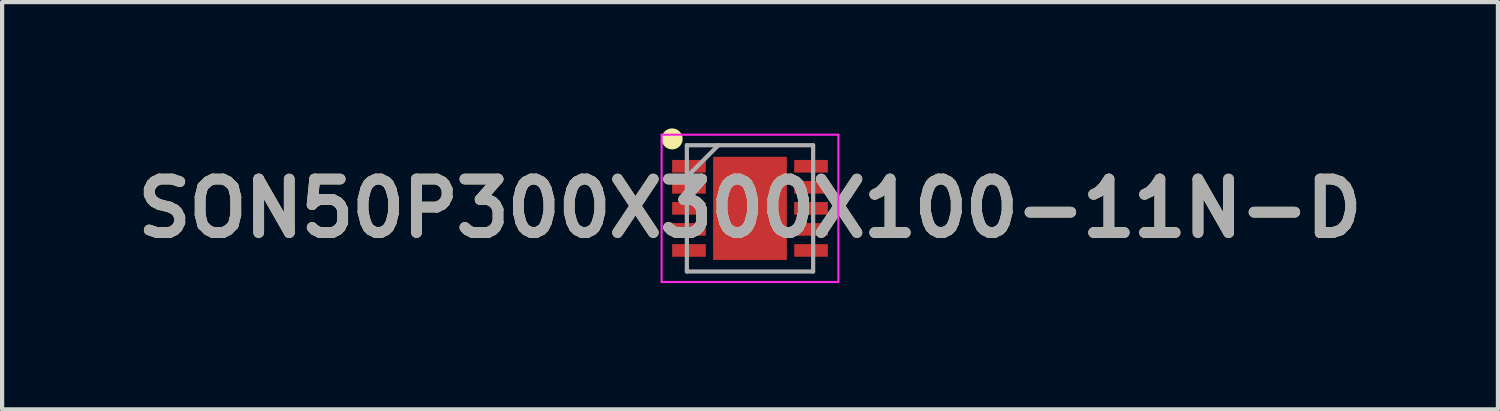
<source format=kicad_pcb>
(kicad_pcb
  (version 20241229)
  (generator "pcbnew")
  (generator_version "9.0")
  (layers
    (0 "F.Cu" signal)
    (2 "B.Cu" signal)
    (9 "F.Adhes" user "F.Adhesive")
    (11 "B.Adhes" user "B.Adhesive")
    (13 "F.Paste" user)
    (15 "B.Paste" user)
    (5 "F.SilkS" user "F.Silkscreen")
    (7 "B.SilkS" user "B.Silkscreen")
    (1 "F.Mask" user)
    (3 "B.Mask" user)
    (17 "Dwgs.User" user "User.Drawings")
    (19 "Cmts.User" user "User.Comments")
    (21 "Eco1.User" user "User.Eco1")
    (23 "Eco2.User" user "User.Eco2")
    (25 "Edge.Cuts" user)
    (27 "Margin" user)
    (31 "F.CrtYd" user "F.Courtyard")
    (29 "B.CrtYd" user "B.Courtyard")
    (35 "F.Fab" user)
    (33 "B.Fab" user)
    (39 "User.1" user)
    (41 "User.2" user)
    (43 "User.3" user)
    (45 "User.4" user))
  (footprint "SON50P300X300X100-11N-D"
    (layer "F.Cu")
    (at 14.768 1.9)
    (property "Reference" "SON50P300X300X100-11N-D" (at 0 0 0) (layer "F.SilkS") (effects (font (size 1.27 1.27) (thickness 0.254))))
    (attr smd)
    (fp_circle (center -1.85 -1.65) (end -1.85 -1.525) (stroke (width 0.25) (type solid)) (fill no) (layer "F.SilkS"))
    (fp_line (start -2.1 -1.75) (end 2.1 -1.75) (stroke (width 0.05) (type solid)) (layer "F.CrtYd"))
    (fp_line (start -2.1 1.75) (end -2.1 -1.75) (stroke (width 0.05) (type solid)) (layer "F.CrtYd"))
    (fp_line (start 2.1 -1.75) (end 2.1 1.75) (stroke (width 0.05) (type solid)) (layer "F.CrtYd"))
    (fp_line (start 2.1 1.75) (end -2.1 1.75) (stroke (width 0.05) (type solid)) (layer "F.CrtYd"))
    (fp_line (start -1.5 -1.5) (end 1.5 -1.5) (stroke (width 0.1) (type solid)) (layer "F.Fab"))
    (fp_line (start -1.5 -0.75) (end -0.75 -1.5) (stroke (width 0.1) (type solid)) (layer "F.Fab"))
    (fp_line (start -1.5 1.5) (end -1.5 -1.5) (stroke (width 0.1) (type solid)) (layer "F.Fab"))
    (fp_line (start 1.5 -1.5) (end 1.5 1.5) (stroke (width 0.1) (type solid)) (layer "F.Fab"))
    (fp_line (start 1.5 1.5) (end -1.5 1.5) (stroke (width 0.1) (type solid)) (layer "F.Fab"))
    (fp_text user "${REFERENCE}" (at 0 0 0) (layer "F.Fab") (effects (font (size 1.27 1.27) (thickness 0.254))))
    (pad "1" smd rect (at -1.45 -1 90) (size 0.3 0.8) (layers "F.Cu" "F.Mask" "F.Paste"))
    (pad "2" smd rect (at -1.45 -0.5 90) (size 0.3 0.8) (layers "F.Cu" "F.Mask" "F.Paste"))
    (pad "3" smd rect (at -1.45 0 90) (size 0.3 0.8) (layers "F.Cu" "F.Mask" "F.Paste"))
    (pad "4" smd rect (at -1.45 0.5 90) (size 0.3 0.8) (layers "F.Cu" "F.Mask" "F.Paste"))
    (pad "5" smd rect (at -1.45 1 90) (size 0.3 0.8) (layers "F.Cu" "F.Mask" "F.Paste"))
    (pad "6" smd rect (at 1.45 1 90) (size 0.3 0.8) (layers "F.Cu" "F.Mask" "F.Paste"))
    (pad "7" smd rect (at 1.45 0.5 90) (size 0.3 0.8) (layers "F.Cu" "F.Mask" "F.Paste"))
    (pad "8" smd rect (at 1.45 0 90) (size 0.3 0.8) (layers "F.Cu" "F.Mask" "F.Paste"))
    (pad "9" smd rect (at 1.45 -0.5 90) (size 0.3 0.8) (layers "F.Cu" "F.Mask" "F.Paste"))
    (pad "10" smd rect (at 1.45 -1 90) (size 0.3 0.8) (layers "F.Cu" "F.Mask" "F.Paste"))
    (pad "11" smd rect (at 0 0) (size 1.75 2.45) (layers "F.Cu" "F.Mask" "F.Paste")))
  (gr_rect
    (start -3 -3)
    (end 32.537 6.675)
    (stroke (width 0.1) (type default))
    (fill no)
    (layer "Edge.Cuts")))
</source>
